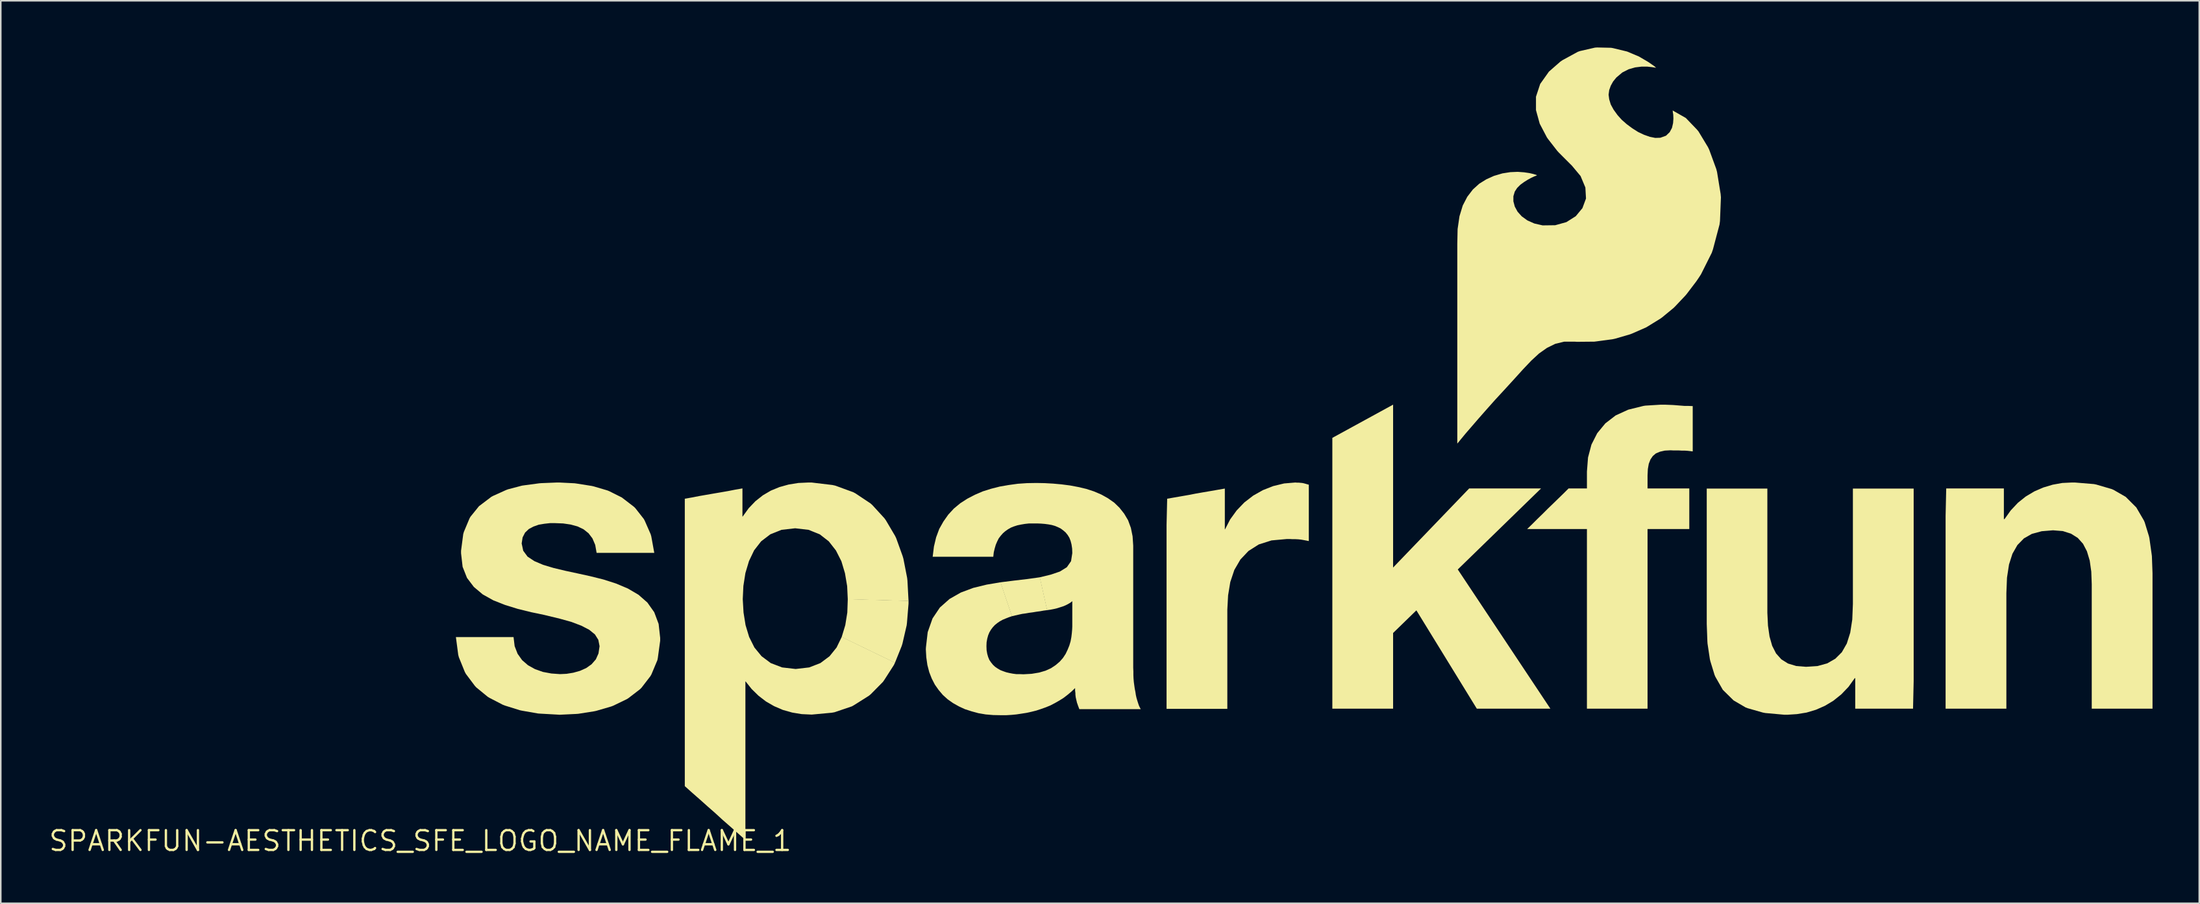
<source format=kicad_pcb>
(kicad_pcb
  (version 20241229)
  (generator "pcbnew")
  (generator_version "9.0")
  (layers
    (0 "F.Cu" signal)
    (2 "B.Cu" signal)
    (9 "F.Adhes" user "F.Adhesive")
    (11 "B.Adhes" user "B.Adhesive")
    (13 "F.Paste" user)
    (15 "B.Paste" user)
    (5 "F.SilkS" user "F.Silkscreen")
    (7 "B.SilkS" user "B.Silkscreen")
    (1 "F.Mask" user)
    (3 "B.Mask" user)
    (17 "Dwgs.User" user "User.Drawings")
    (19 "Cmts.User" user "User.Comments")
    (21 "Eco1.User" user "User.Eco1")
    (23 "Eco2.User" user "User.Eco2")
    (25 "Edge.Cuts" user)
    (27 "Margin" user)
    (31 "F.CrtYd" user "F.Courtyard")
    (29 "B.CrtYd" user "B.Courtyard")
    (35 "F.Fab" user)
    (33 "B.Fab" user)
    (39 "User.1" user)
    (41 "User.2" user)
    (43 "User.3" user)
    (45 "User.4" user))
  (footprint "SPARKFUN-AESTHETICS_SFE_LOGO_NAME_FLAME_1"
    (layer "F.Cu")
    (at 23.926 50.975)
    (property "Reference" "SPARKFUN-AESTHETICS_SFE_LOGO_NAME_FLAME_1" (at 0 0 0) (layer "F.SilkS") (effects (font (size 1.27 1.27) (thickness 0.15))))
    (fp_poly (pts (xy 31.335 -15.425) (xy 31.335 -15.24) (xy 31.235 -14.02) (xy 31.215 -13.849) (xy 30.945 -12.679) (xy 30.895 -12.518) (xy 30.463 -11.443) (xy 27.044 -13.097) (xy 27.275 -13.861) (xy 27.405 -14.67) (xy 27.435 -15.535)) (stroke (width 0) (type default)) (fill yes) (layer "F.SilkS"))
    (fp_poly (pts (xy 62.435 -17.562) (xy 67.318 -22.645) (xy 71.932 -22.645) (xy 66.586 -17.439) (xy 72.529 -8.495) (xy 67.807 -8.495) (xy 63.929 -14.812) (xy 62.435 -13.358) (xy 62.435 -8.495) (xy 58.535 -8.495) (xy 58.535 -25.893) (xy 62.435 -28.028)) (stroke (width 0) (type default)) (fill yes) (layer "F.SilkS"))
    (fp_poly (pts (xy 40.236 -14.826) (xy 40.001 -14.795) (xy 39.781 -14.755) (xy 39.551 -14.725) (xy 39.311 -14.685) (xy 39.081 -14.655) (xy 38.851 -14.615) (xy 38.631 -14.585) (xy 38.401 -14.535) (xy 38.181 -14.485) (xy 37.967 -14.434) (xy 37.233 -16.614) (xy 38.119 -16.725) (xy 38.969 -16.825) (xy 39.764 -16.936)) (stroke (width 0) (type default)) (fill yes) (layer "F.SilkS"))
    (fp_poly (pts (xy 56.28 -23.015) (xy 56.39 -23.015) (xy 56.49 -23.005) (xy 56.49 -23.005) (xy 56.601 -22.995) (xy 56.701 -22.975) (xy 56.811 -22.945) (xy 56.911 -22.915) (xy 57.025 -22.884) (xy 57.025 -19.264) (xy 56.869 -19.295) (xy 56.709 -19.325) (xy 56.539 -19.355) (xy 56.36 -19.375) (xy 56.17 -19.385) (xy 55.98 -19.385) (xy 55.8 -19.395) (xy 55.62 -19.395) (xy 54.631 -19.305) (xy 53.812 -19.045) (xy 53.153 -18.626) (xy 52.634 -18.077) (xy 52.245 -17.408) (xy 51.985 -16.629) (xy 51.845 -15.779) (xy 51.795 -14.86) (xy 51.795 -8.485) (xy 47.895 -8.485) (xy 47.895 -20.29) (xy 47.935 -21.984) (xy 48.399 -22.065) (xy 48.859 -22.145) (xy 49.319 -22.225) (xy 49.779 -22.315) (xy 50.239 -22.395) (xy 50.709 -22.475) (xy 51.169 -22.555) (xy 51.635 -22.636) (xy 51.635 -20.015) (xy 51.647 -20.015) (xy 51.976 -20.653) (xy 52.396 -21.233) (xy 52.887 -21.744) (xy 53.457 -22.184) (xy 54.078 -22.535) (xy 54.738 -22.795) (xy 55.439 -22.965) (xy 56.16 -23.025)) (stroke (width 0) (type default)) (fill yes) (layer "F.SilkS"))
    (fp_poly (pts (xy 86.455 -14.65) (xy 86.495 -13.83) (xy 86.595 -13.131) (xy 86.765 -12.532) (xy 87.014 -12.043) (xy 87.353 -11.664) (xy 87.782 -11.395) (xy 88.311 -11.235) (xy 88.94 -11.185) (xy 89.679 -11.235) (xy 90.298 -11.405) (xy 90.817 -11.704) (xy 91.236 -12.123) (xy 91.555 -12.682) (xy 91.775 -13.381) (xy 91.905 -14.22) (xy 91.945 -15.22) (xy 91.945 -22.635) (xy 95.845 -22.635) (xy 95.845 -10.26) (xy 95.805 -8.495) (xy 92.095 -8.495) (xy 92.095 -10.455) (xy 92.063 -10.455) (xy 91.664 -9.897) (xy 91.203 -9.416) (xy 90.693 -9.006) (xy 90.142 -8.676) (xy 89.572 -8.425) (xy 88.971 -8.245) (xy 88.351 -8.145) (xy 87.74 -8.105) (xy 87.55 -8.105) (xy 86.329 -8.215) (xy 86.169 -8.245) (xy 85.188 -8.525) (xy 85.058 -8.575) (xy 84.287 -9.026) (xy 83.596 -9.707) (xy 83.116 -10.548) (xy 83.065 -10.668) (xy 82.795 -11.549) (xy 82.765 -11.679) (xy 82.615 -12.679) (xy 82.605 -12.83) (xy 82.565 -13.94) (xy 82.565 -22.635) (xy 86.455 -22.635)) (stroke (width 0) (type default)) (fill yes) (layer "F.SilkS"))
    (fp_poly (pts (xy 107.411 -22.925) (xy 107.561 -22.895) (xy 108.552 -22.605) (xy 108.672 -22.554) (xy 109.453 -22.104) (xy 110.134 -21.423) (xy 110.624 -20.582) (xy 110.675 -20.462) (xy 110.945 -19.581) (xy 110.975 -19.451) (xy 111.115 -18.451) (xy 111.135 -18.3) (xy 111.175 -17.2) (xy 111.175 -8.495) (xy 107.275 -8.495) (xy 107.275 -16.49) (xy 107.245 -17.3) (xy 107.145 -18.009) (xy 106.965 -18.608) (xy 106.716 -19.087) (xy 106.377 -19.466) (xy 105.948 -19.735) (xy 105.419 -19.905) (xy 104.79 -19.955) (xy 104.061 -19.895) (xy 103.432 -19.725) (xy 102.923 -19.436) (xy 102.504 -19.007) (xy 102.185 -18.448) (xy 101.965 -17.759) (xy 101.835 -16.91) (xy 101.795 -15.91) (xy 101.795 -8.495) (xy 97.895 -8.495) (xy 97.895 -20.87) (xy 97.935 -22.645) (xy 101.635 -22.645) (xy 101.635 -20.675) (xy 101.677 -20.675) (xy 102.076 -21.233) (xy 102.537 -21.724) (xy 103.037 -22.124) (xy 103.588 -22.454) (xy 104.168 -22.705) (xy 104.769 -22.885) (xy 105.379 -22.995) (xy 106 -23.025) (xy 106.19 -23.025)) (stroke (width 0) (type default)) (fill yes) (layer "F.SilkS"))
    (fp_poly (pts (xy 80.13 -28.015) (xy 80.39 -28.005) (xy 80.65 -27.985) (xy 80.9 -27.965) (xy 80.9 -27.965) (xy 81.16 -27.945) (xy 81.41 -27.945) (xy 81.665 -27.935) (xy 81.665 -25.024) (xy 81.489 -25.045) (xy 81.31 -25.065) (xy 81.13 -25.075) (xy 80.95 -25.075) (xy 80.77 -25.085) (xy 80.42 -25.085) (xy 80.24 -25.095) (xy 79.871 -25.075) (xy 79.562 -25.005) (xy 79.303 -24.896) (xy 79.104 -24.727) (xy 78.954 -24.508) (xy 78.845 -24.229) (xy 78.785 -23.889) (xy 78.765 -23.48) (xy 78.765 -22.645) (xy 81.445 -22.645) (xy 81.445 -20.035) (xy 78.765 -20.035) (xy 78.765 -8.495) (xy 74.875 -8.495) (xy 74.875 -20.035) (xy 71.038 -20.035) (xy 71.376 -20.364) (xy 71.706 -20.694) (xy 72.036 -21.014) (xy 72.366 -21.344) (xy 72.697 -21.664) (xy 72.697 -21.664) (xy 73.037 -21.994) (xy 73.366 -22.314) (xy 73.698 -22.645) (xy 74.875 -22.645) (xy 74.875 -23.73) (xy 74.945 -24.631) (xy 75.165 -25.462) (xy 75.536 -26.193) (xy 76.056 -26.824) (xy 76.717 -27.334) (xy 77.528 -27.705) (xy 78.499 -27.945) (xy 78.629 -27.965) (xy 79.61 -28.025) (xy 79.87 -28.025)) (stroke (width 0) (type default)) (fill yes) (layer "F.SilkS"))
    (fp_poly (pts (xy 26.451 -22.865) (xy 26.631 -22.825) (xy 27.782 -22.405) (xy 27.933 -22.324) (xy 28.893 -21.684) (xy 29.014 -21.574) (xy 29.784 -20.733) (xy 29.884 -20.593) (xy 30.474 -19.592) (xy 30.545 -19.442) (xy 30.955 -18.302) (xy 31.005 -18.131) (xy 31.245 -16.901) (xy 31.265 -16.72) (xy 31.335 -15.415) (xy 27.435 -15.525) (xy 27.395 -16.369) (xy 27.255 -17.199) (xy 27.025 -17.968) (xy 26.676 -18.657) (xy 26.216 -19.246) (xy 25.637 -19.696) (xy 24.919 -19.985) (xy 24.06 -20.085) (xy 23.181 -19.985) (xy 22.462 -19.696) (xy 21.874 -19.246) (xy 21.424 -18.667) (xy 21.095 -17.978) (xy 20.865 -17.209) (xy 20.735 -16.379) (xy 20.695 -15.53) (xy 20.745 -14.671) (xy 20.875 -13.861) (xy 21.105 -13.102) (xy 21.444 -12.423) (xy 21.903 -11.864) (xy 22.492 -11.424) (xy 23.221 -11.145) (xy 24.09 -11.045) (xy 24.959 -11.145) (xy 25.678 -11.424) (xy 26.266 -11.864) (xy 26.716 -12.423) (xy 27.048 -13.107) (xy 30.467 -11.452) (xy 30.394 -11.298) (xy 29.784 -10.347) (xy 29.694 -10.217) (xy 28.913 -9.426) (xy 28.793 -9.326) (xy 27.843 -8.726) (xy 27.702 -8.645) (xy 26.581 -8.265) (xy 26.411 -8.235) (xy 25.12 -8.115) (xy 24.479 -8.145) (xy 23.869 -8.245) (xy 23.268 -8.415) (xy 22.708 -8.656) (xy 22.187 -8.956) (xy 21.707 -9.326) (xy 21.266 -9.757) (xy 20.878 -10.245) (xy 20.865 -10.245) (xy 20.865 -0.059) (xy 20.377 -0.496) (xy 19.887 -0.926) (xy 19.397 -1.356) (xy 18.917 -1.796) (xy 18.427 -2.226) (xy 17.947 -2.656) (xy 17.457 -3.086) (xy 16.975 -3.518) (xy 16.975 -21.984) (xy 17.439 -22.065) (xy 17.899 -22.155) (xy 18.359 -22.235) (xy 18.819 -22.315) (xy 19.289 -22.395) (xy 19.749 -22.475) (xy 20.209 -22.565) (xy 20.675 -22.646) (xy 20.675 -20.835) (xy 20.687 -20.835) (xy 21.076 -21.373) (xy 21.507 -21.824) (xy 21.987 -22.204) (xy 22.498 -22.504) (xy 23.058 -22.735) (xy 23.639 -22.895) (xy 24.259 -22.995) (xy 24.91 -23.025) (xy 25.11 -23.025)) (stroke (width 0) (type default)) (fill yes) (layer "F.SilkS"))
    (fp_poly (pts (xy 9.91 -22.975) (xy 10.051 -22.955) (xy 11.001 -22.805) (xy 11.131 -22.775) (xy 12.012 -22.515) (xy 12.132 -22.465) (xy 12.933 -22.064) (xy 13.713 -21.464) (xy 13.804 -21.373) (xy 14.344 -20.683) (xy 14.404 -20.572) (xy 14.785 -19.702) (xy 14.825 -19.561) (xy 15.016 -18.505) (xy 11.316 -18.505) (xy 11.225 -19.019) (xy 11.046 -19.437) (xy 10.796 -19.766) (xy 10.467 -20.026) (xy 10.088 -20.205) (xy 9.649 -20.325) (xy 9.17 -20.395) (xy 8.66 -20.415) (xy 8.32 -20.415) (xy 7.961 -20.375) (xy 7.601 -20.315) (xy 7.262 -20.195) (xy 6.963 -20.036) (xy 6.724 -19.807) (xy 6.565 -19.498) (xy 6.505 -19.11) (xy 6.605 -18.642) (xy 6.883 -18.264) (xy 7.322 -17.974) (xy 7.882 -17.735) (xy 8.551 -17.535) (xy 9.301 -17.355) (xy 10.091 -17.185) (xy 10.911 -17.005) (xy 11.751 -16.795) (xy 12.562 -16.535) (xy 13.322 -16.214) (xy 14.003 -15.814) (xy 14.574 -15.313) (xy 15.014 -14.692) (xy 15.295 -13.941) (xy 15.395 -13.04) (xy 15.395 -12.86) (xy 15.245 -11.759) (xy 15.215 -11.609) (xy 14.834 -10.698) (xy 14.764 -10.577) (xy 14.194 -9.837) (xy 14.103 -9.746) (xy 13.363 -9.176) (xy 13.252 -9.106) (xy 12.382 -8.685) (xy 12.252 -8.635) (xy 11.291 -8.355) (xy 11.151 -8.325) (xy 10.131 -8.165) (xy 9.98 -8.155) (xy 8.94 -8.105) (xy 8.78 -8.115) (xy 7.71 -8.175) (xy 7.559 -8.185) (xy 6.529 -8.365) (xy 6.389 -8.395) (xy 5.428 -8.695) (xy 5.298 -8.745) (xy 4.428 -9.196) (xy 4.317 -9.266) (xy 3.587 -9.866) (xy 3.496 -9.967) (xy 2.926 -10.727) (xy 2.855 -10.858) (xy 2.475 -11.798) (xy 2.435 -11.949) (xy 2.284 -13.095) (xy 5.984 -13.095) (xy 6.055 -12.511) (xy 6.244 -12.022) (xy 6.534 -11.613) (xy 6.913 -11.284) (xy 7.362 -11.035) (xy 7.871 -10.855) (xy 8.411 -10.755) (xy 8.97 -10.715) (xy 9.389 -10.735) (xy 9.819 -10.805) (xy 10.248 -10.925) (xy 10.648 -11.104) (xy 10.987 -11.344) (xy 11.266 -11.663) (xy 11.435 -12.041) (xy 11.505 -12.51) (xy 11.425 -12.918) (xy 11.206 -13.267) (xy 10.837 -13.566) (xy 10.338 -13.825) (xy 9.708 -14.065) (xy 8.959 -14.275) (xy 8.089 -14.485) (xy 7.969 -14.515) (xy 7.109 -14.695) (xy 6.259 -14.905) (xy 5.448 -15.155) (xy 4.688 -15.455) (xy 4.007 -15.836) (xy 3.436 -16.317) (xy 2.996 -16.898) (xy 2.715 -17.609) (xy 2.615 -18.48) (xy 2.615 -18.64) (xy 2.755 -19.711) (xy 2.795 -19.852) (xy 3.155 -20.712) (xy 3.216 -20.823) (xy 3.766 -21.504) (xy 4.557 -22.104) (xy 4.668 -22.164) (xy 5.488 -22.535) (xy 5.618 -22.585) (xy 6.529 -22.825) (xy 6.669 -22.845) (xy 7.639 -22.975) (xy 7.78 -22.985) (xy 8.77 -23.025) (xy 8.92 -23.025)) (stroke (width 0) (type default)) (fill yes) (layer "F.SilkS"))
    (fp_poly (pts (xy 76.42 -50.955) (xy 76.541 -50.935) (xy 77.452 -50.715) (xy 78.212 -50.394) (xy 78.793 -50.054) (xy 79.173 -49.794) (xy 79.316 -49.673) (xy 79.229 -49.685) (xy 79.029 -49.715) (xy 78.74 -49.745) (xy 78.38 -49.745) (xy 77.971 -49.695) (xy 77.552 -49.575) (xy 77.143 -49.366) (xy 76.764 -49.046) (xy 76.554 -48.787) (xy 76.405 -48.518) (xy 76.305 -48.239) (xy 76.265 -47.94) (xy 76.305 -47.641) (xy 76.405 -47.312) (xy 76.584 -46.983) (xy 76.844 -46.623) (xy 77.114 -46.324) (xy 77.433 -46.044) (xy 77.783 -45.784) (xy 78.162 -45.544) (xy 78.542 -45.365) (xy 78.911 -45.235) (xy 79.26 -45.165) (xy 79.589 -45.175) (xy 79.947 -45.304) (xy 80.186 -45.533) (xy 80.335 -45.812) (xy 80.405 -46.121) (xy 80.425 -46.41) (xy 80.415 -46.659) (xy 80.385 -46.84) (xy 80.385 -46.899) (xy 80.368 -46.933) (xy 81.223 -46.444) (xy 81.934 -45.703) (xy 82.034 -45.583) (xy 82.644 -44.572) (xy 82.725 -44.402) (xy 83.175 -43.171) (xy 83.225 -42.981) (xy 83.455 -41.571) (xy 83.475 -41.35) (xy 83.415 -39.83) (xy 83.385 -39.599) (xy 82.965 -38.009) (xy 82.885 -37.778) (xy 82.194 -36.398) (xy 82.044 -36.167) (xy 81.894 -35.947) (xy 81.294 -35.157) (xy 81.204 -35.047) (xy 80.544 -34.347) (xy 80.443 -34.246) (xy 79.703 -33.636) (xy 79.593 -33.556) (xy 78.783 -33.056) (xy 78.662 -32.986) (xy 77.772 -32.595) (xy 77.642 -32.545) (xy 76.681 -32.265) (xy 76.541 -32.235) (xy 75.511 -32.095) (xy 75.35 -32.075) (xy 74.24 -32.065) (xy 74.08 -32.075) (xy 73.421 -32.075) (xy 72.842 -31.935) (xy 72.313 -31.676) (xy 71.803 -31.316) (xy 71.304 -30.856) (xy 70.774 -30.297) (xy 70.204 -29.667) (xy 69.564 -28.967) (xy 68.974 -28.327) (xy 68.414 -27.697) (xy 68.414 -27.697) (xy 67.904 -27.117) (xy 67.464 -26.607) (xy 67.084 -26.167) (xy 66.804 -25.827) (xy 66.804 -25.827) (xy 66.624 -25.607) (xy 66.555 -25.526) (xy 66.555 -38.35) (xy 66.575 -39.31) (xy 66.695 -40.131) (xy 66.905 -40.822) (xy 67.196 -41.383) (xy 67.556 -41.853) (xy 67.967 -42.224) (xy 68.418 -42.504) (xy 68.908 -42.725) (xy 69.449 -42.885) (xy 69.96 -42.965) (xy 70.43 -42.985) (xy 70.841 -42.955) (xy 71.181 -42.905) (xy 71.441 -42.845) (xy 71.602 -42.795) (xy 71.672 -42.771) (xy 71.612 -42.735) (xy 71.482 -42.685) (xy 71.292 -42.596) (xy 71.073 -42.476) (xy 70.833 -42.326) (xy 70.603 -42.156) (xy 70.394 -41.947) (xy 70.245 -41.718) (xy 70.155 -41.419) (xy 70.155 -41.091) (xy 70.245 -40.752) (xy 70.424 -40.423) (xy 70.693 -40.124) (xy 71.053 -39.864) (xy 71.502 -39.665) (xy 72.031 -39.545) (xy 72.839 -39.555) (xy 73.558 -39.755) (xy 74.157 -40.134) (xy 74.586 -40.653) (xy 74.815 -41.271) (xy 74.775 -41.979) (xy 74.466 -42.717) (xy 73.906 -43.387) (xy 73.806 -43.486) (xy 73.066 -44.227) (xy 72.966 -44.337) (xy 72.376 -45.097) (xy 72.306 -45.197) (xy 71.845 -46.078) (xy 71.605 -46.949) (xy 71.605 -47.811) (xy 71.875 -48.632) (xy 72.436 -49.423) (xy 73.167 -50.064) (xy 73.297 -50.154) (xy 74.288 -50.695) (xy 74.429 -50.745) (xy 75.389 -50.965) (xy 75.53 -50.975)) (stroke (width 0) (type default)) (fill yes) (layer "F.SilkS"))
    (fp_poly (pts (xy 40.07 -22.985) (xy 40.61 -22.955) (xy 41.161 -22.905) (xy 41.701 -22.835) (xy 42.231 -22.735) (xy 42.741 -22.615) (xy 43.232 -22.455) (xy 43.702 -22.254) (xy 44.133 -22.014) (xy 44.533 -21.734) (xy 44.874 -21.403) (xy 45.174 -21.023) (xy 45.425 -20.602) (xy 45.605 -20.111) (xy 45.715 -19.571) (xy 45.755 -18.97) (xy 45.755 -11.13) (xy 45.765 -10.89) (xy 45.765 -10.66) (xy 45.775 -10.43) (xy 45.795 -10.201) (xy 45.825 -9.981) (xy 45.855 -9.771) (xy 45.895 -9.571) (xy 45.925 -9.371) (xy 45.965 -9.191) (xy 46.015 -9.021) (xy 46.065 -8.862) (xy 46.115 -8.712) (xy 46.174 -8.582) (xy 46.238 -8.465) (xy 42.297 -8.465) (xy 42.265 -8.548) (xy 42.235 -8.628) (xy 42.205 -8.708) (xy 42.175 -8.798) (xy 42.145 -8.879) (xy 42.125 -8.969) (xy 42.105 -9.049) (xy 42.085 -9.139) (xy 42.065 -9.229) (xy 42.055 -9.309) (xy 42.045 -9.4) (xy 42.045 -9.49) (xy 42.035 -9.569) (xy 42.025 -9.66) (xy 42.025 -9.818) (xy 41.793 -9.596) (xy 41.543 -9.386) (xy 41.283 -9.186) (xy 41.013 -9.016) (xy 40.732 -8.856) (xy 40.442 -8.705) (xy 40.152 -8.585) (xy 39.842 -8.475) (xy 39.541 -8.375) (xy 39.221 -8.295) (xy 38.901 -8.225) (xy 38.581 -8.175) (xy 38.251 -8.125) (xy 37.93 -8.095) (xy 37.6 -8.075) (xy 37.27 -8.075) (xy 36.77 -8.085) (xy 36.289 -8.125) (xy 35.819 -8.205) (xy 35.379 -8.325) (xy 34.948 -8.465) (xy 34.558 -8.646) (xy 34.187 -8.856) (xy 33.847 -9.096) (xy 33.536 -9.377) (xy 33.266 -9.697) (xy 33.026 -10.037) (xy 32.825 -10.428) (xy 32.665 -10.838) (xy 32.545 -11.299) (xy 32.475 -11.79) (xy 32.445 -12.31) (xy 32.455 -12.46) (xy 32.565 -13.411) (xy 32.875 -14.292) (xy 33.346 -14.993) (xy 33.967 -15.544) (xy 34.688 -15.955) (xy 35.489 -16.255) (xy 36.349 -16.465) (xy 37.243 -16.616) (xy 37.976 -14.437) (xy 37.762 -14.365) (xy 37.562 -14.285) (xy 37.372 -14.205) (xy 37.193 -14.106) (xy 37.033 -13.996) (xy 36.873 -13.866) (xy 36.744 -13.727) (xy 36.624 -13.567) (xy 36.524 -13.398) (xy 36.445 -13.208) (xy 36.385 -12.989) (xy 36.345 -12.759) (xy 36.335 -12.51) (xy 36.345 -12.251) (xy 36.385 -12.021) (xy 36.445 -11.812) (xy 36.524 -11.622) (xy 36.634 -11.463) (xy 36.754 -11.313) (xy 36.893 -11.184) (xy 37.053 -11.074) (xy 37.222 -10.975) (xy 37.402 -10.905) (xy 37.601 -10.835) (xy 37.811 -10.785) (xy 38.021 -10.745) (xy 38.25 -10.715) (xy 38.47 -10.715) (xy 38.71 -10.705) (xy 39.239 -10.735) (xy 39.719 -10.815) (xy 40.128 -10.935) (xy 40.478 -11.094) (xy 40.777 -11.294) (xy 41.036 -11.514) (xy 41.246 -11.753) (xy 41.416 -12.012) (xy 41.545 -12.282) (xy 41.655 -12.552) (xy 41.735 -12.821) (xy 41.785 -13.091) (xy 41.815 -13.341) (xy 41.835 -13.57) (xy 41.845 -13.78) (xy 41.845 -15.4) (xy 41.723 -15.306) (xy 41.572 -15.216) (xy 41.412 -15.135) (xy 41.242 -15.065) (xy 41.052 -15.005) (xy 40.861 -14.945) (xy 40.651 -14.895) (xy 40.441 -14.855) (xy 40.226 -14.824) (xy 39.754 -16.934) (xy 40.459 -17.105) (xy 41.048 -17.305) (xy 41.496 -17.584) (xy 41.765 -17.972) (xy 41.845 -18.49) (xy 41.835 -18.78) (xy 41.795 -19.049) (xy 41.735 -19.278) (xy 41.656 -19.478) (xy 41.546 -19.657) (xy 41.416 -19.817) (xy 41.267 -19.946) (xy 41.107 -20.066) (xy 40.928 -20.155) (xy 40.738 -20.235) (xy 40.529 -20.295) (xy 40.309 -20.335) (xy 40.079 -20.365) (xy 39.84 -20.385) (xy 39.59 -20.395) (xy 39.07 -20.395) (xy 38.801 -20.365) (xy 38.561 -20.325) (xy 38.321 -20.275) (xy 38.102 -20.205) (xy 37.902 -20.125) (xy 37.713 -20.016) (xy 37.543 -19.896) (xy 37.394 -19.766) (xy 37.254 -19.607) (xy 37.124 -19.437) (xy 37.025 -19.238) (xy 36.935 -19.028) (xy 36.865 -18.789) (xy 36.805 -18.539) (xy 36.774 -18.255) (xy 32.884 -18.255) (xy 32.965 -18.911) (xy 33.105 -19.501) (xy 33.305 -20.042) (xy 33.576 -20.523) (xy 33.886 -20.963) (xy 34.247 -21.354) (xy 34.657 -21.694) (xy 35.107 -21.984) (xy 35.588 -22.235) (xy 36.098 -22.455) (xy 36.639 -22.625) (xy 37.189 -22.765) (xy 37.769 -22.865) (xy 38.349 -22.945) (xy 38.94 -22.985) (xy 39.54 -22.995)) (stroke (width 0) (type default)) (fill yes) (layer "F.SilkS")))
  (gr_rect
    (start -3 -3)
    (end 138.101 54.981)
    (stroke (width 0.1) (type default))
    (fill no)
    (layer "Edge.Cuts")))
</source>
